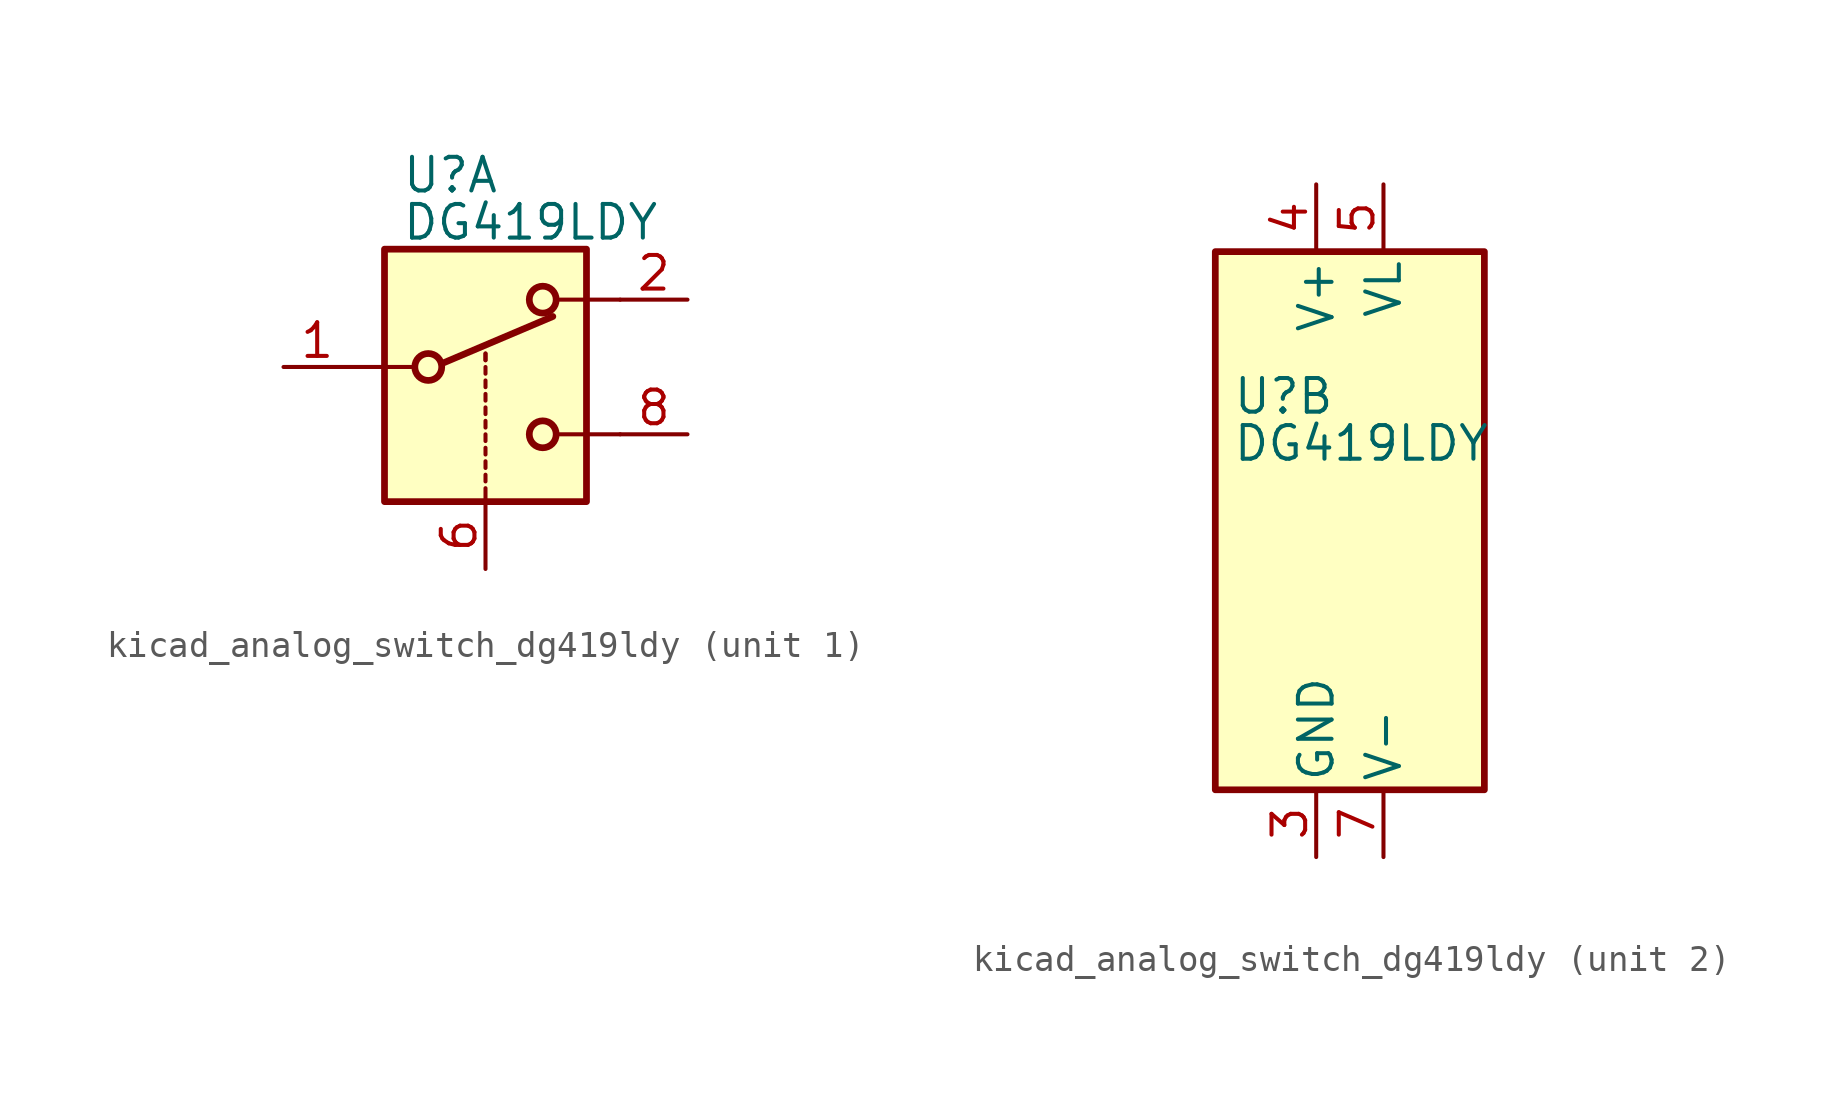
<source format=kicad_sym>
(kicad_symbol_lib
  (version 20220914)
  (generator kicad_symbol_editor)
  (symbol "kicad_analog_switch_dg419ldy"
    (pin_names
      (offset 0.254))
    (property "Reference" "U"
      (at -3.175 4.699 0)
      (effects (font (size 1.27 1.27)) (justify left)))
    (property "Value" "DG419LDY"
      (at -3.175 2.921 0)
      (effects (font (size 1.27 1.27)) (justify left)))
    (symbol "kicad_analog_switch_dg419ldy_1_1"
      (rectangle (start -3.81 1.905) (end 3.81 -7.62) (stroke (width 0.254) (type default)) (fill (type background)))
      (circle (center -2.159 -2.54) (radius 0.508) (stroke (width 0.254) (type default)) (fill (type none)))
      (polyline (pts (xy -5.08 -2.54) (xy -2.794 -2.54)) (stroke (width 0) (type default)) (fill (type none)))
      (polyline (pts (xy -1.651 -2.413) (xy 2.54 -0.635)) (stroke (width 0.254) (type default)) (fill (type none)))
      (polyline (pts (xy 0 -7.62) (xy 0 -7.112)) (stroke (width 0) (type default)) (fill (type none)))
      (polyline (pts (xy 0 -6.858) (xy 0 -6.604)) (stroke (width 0) (type default)) (fill (type none)))
      (polyline (pts (xy 0 -6.35) (xy 0 -6.096)) (stroke (width 0) (type default)) (fill (type none)))
      (polyline (pts (xy 0 -5.842) (xy 0 -5.588)) (stroke (width 0) (type default)) (fill (type none)))
      (polyline (pts (xy 0 -5.334) (xy 0 -5.08)) (stroke (width 0) (type default)) (fill (type none)))
      (polyline (pts (xy 0 -4.826) (xy 0 -4.572)) (stroke (width 0) (type default)) (fill (type none)))
      (polyline (pts (xy 0 -4.318) (xy 0 -4.064)) (stroke (width 0) (type default)) (fill (type none)))
      (polyline (pts (xy 0 -3.81) (xy 0 -3.556)) (stroke (width 0) (type default)) (fill (type none)))
      (polyline (pts (xy 0 -3.302) (xy 0 -3.048)) (stroke (width 0) (type default)) (fill (type none)))
      (polyline (pts (xy 0 -2.794) (xy 0 -2.54)) (stroke (width 0) (type default)) (fill (type none)))
      (polyline (pts (xy 0 -2.286) (xy 0 -2.032)) (stroke (width 0) (type default)) (fill (type none)))
      (polyline (pts (xy 0 -2.286) (xy 0 -2.032)) (stroke (width 0) (type default)) (fill (type none)))
      (polyline (pts (xy 5.08 -5.08) (xy 2.794 -5.08)) (stroke (width 0) (type default)) (fill (type none)))
      (polyline (pts (xy 5.08 0) (xy 2.794 0)) (stroke (width 0) (type default)) (fill (type none)))
      (circle (center 2.159 -5.08) (radius 0.508) (stroke (width 0.254) (type default)) (fill (type none)))
      (circle (center 2.159 0) (radius 0.508) (stroke (width 0.254) (type default)) (fill (type none)))
      (pin passive line (at -7.62 -2.54 0) (length 2.54) (name "~" (effects (font (size 1.27 1.27)))) (number "1" (effects (font (size 1.27 1.27)))))
      (pin passive line (at 7.62 0 180) (length 2.54) (name "~" (effects (font (size 1.27 1.27)))) (number "2" (effects (font (size 1.27 1.27)))))
      (pin input line (at 0 -10.16 90) (length 2.54) (name "~" (effects (font (size 1.27 1.27)))) (number "6" (effects (font (size 1.27 1.27)))))
      (pin passive line (at 7.62 -5.08 180) (length 2.54) (name "~" (effects (font (size 1.27 1.27)))) (number "8" (effects (font (size 1.27 1.27))))))
    (symbol "kicad_analog_switch_dg419ldy_2_0"
      (pin power_in line (at 0 -12.7 90) (length 2.54) (name "GND" (effects (font (size 1.27 1.27)))) (number "3" (effects (font (size 1.27 1.27)))))
      (pin power_in line (at 0 12.7 270) (length 2.54) (name "V+" (effects (font (size 1.27 1.27)))) (number "4" (effects (font (size 1.27 1.27)))))
      (pin power_in line (at 2.54 12.7 270) (length 2.54) (name "VL" (effects (font (size 1.27 1.27)))) (number "5" (effects (font (size 1.27 1.27)))))
      (pin power_in line (at 2.54 -12.7 90) (length 2.54) (name "V-" (effects (font (size 1.27 1.27)))) (number "7" (effects (font (size 1.27 1.27))))))
    (symbol "kicad_analog_switch_dg419ldy_2_1"
      (rectangle (start -3.81 10.16) (end 6.35 -10.16) (stroke (width 0.254) (type default)) (fill (type background))))))
</source>
